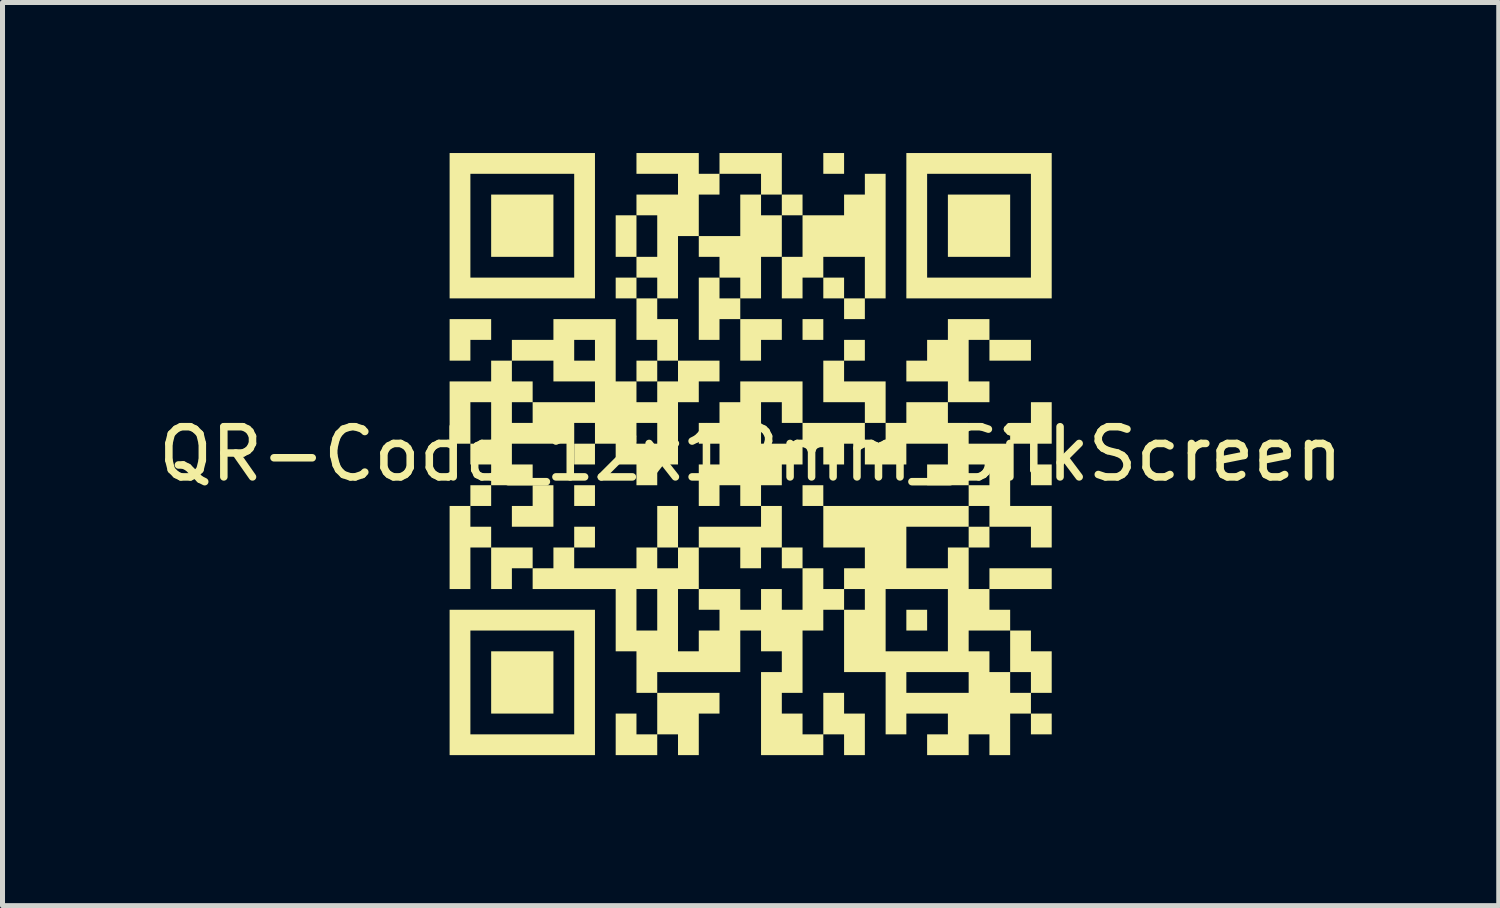
<source format=kicad_pcb>
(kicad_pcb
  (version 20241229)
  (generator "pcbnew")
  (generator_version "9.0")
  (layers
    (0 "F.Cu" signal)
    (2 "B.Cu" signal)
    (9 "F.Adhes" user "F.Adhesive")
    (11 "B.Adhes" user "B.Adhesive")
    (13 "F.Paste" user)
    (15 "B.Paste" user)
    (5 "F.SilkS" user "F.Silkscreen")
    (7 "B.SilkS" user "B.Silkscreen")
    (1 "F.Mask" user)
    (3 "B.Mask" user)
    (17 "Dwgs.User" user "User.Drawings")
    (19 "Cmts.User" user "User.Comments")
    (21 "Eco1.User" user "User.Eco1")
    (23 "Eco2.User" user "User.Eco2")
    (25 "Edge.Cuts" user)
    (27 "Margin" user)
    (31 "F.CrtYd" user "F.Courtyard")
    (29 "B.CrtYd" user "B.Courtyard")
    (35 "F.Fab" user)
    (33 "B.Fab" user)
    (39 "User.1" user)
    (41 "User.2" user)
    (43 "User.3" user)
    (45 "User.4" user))
  (footprint "QR-Code_12x12mm_SilkScreen"
    (layer "F.Cu")
    (at 11.911 6)
    (property "Reference" "QR-Code_12x12mm_SilkScreen" (at 0 0 0) (layer "F.SilkS") (effects (font (size 1 1) (thickness 0.15))))
    (attr exclude_from_pos_files exclude_from_bom)
    (fp_poly (pts (xy -5.172 1.034) (xy -5.586 1.034) (xy -5.586 0.621) (xy -5.172 0.621)) (stroke (width 0) (type solid)) (fill yes) (layer "F.SilkS"))
    (fp_poly (pts (xy -3.931 -3.931) (xy -5.172 -3.931) (xy -5.172 -5.172) (xy -3.931 -5.172)) (stroke (width 0) (type solid)) (fill yes) (layer "F.SilkS"))
    (fp_poly (pts (xy -3.931 5.172) (xy -5.172 5.172) (xy -5.172 3.931) (xy -3.931 3.931)) (stroke (width 0) (type solid)) (fill yes) (layer "F.SilkS"))
    (fp_poly (pts (xy -3.103 0.207) (xy -3.517 0.207) (xy -3.517 -0.207) (xy -3.103 -0.207)) (stroke (width 0) (type solid)) (fill yes) (layer "F.SilkS"))
    (fp_poly (pts (xy -3.103 1.034) (xy -3.517 1.034) (xy -3.517 0.621) (xy -3.103 0.621)) (stroke (width 0) (type solid)) (fill yes) (layer "F.SilkS"))
    (fp_poly (pts (xy -3.103 1.862) (xy -3.517 1.862) (xy -3.517 1.448) (xy -3.103 1.448)) (stroke (width 0) (type solid)) (fill yes) (layer "F.SilkS"))
    (fp_poly (pts (xy -2.276 -3.931) (xy -2.69 -3.931) (xy -2.69 -4.759) (xy -2.276 -4.759)) (stroke (width 0) (type solid)) (fill yes) (layer "F.SilkS"))
    (fp_poly (pts (xy -2.276 -3.103) (xy -2.69 -3.103) (xy -2.69 -3.517) (xy -2.276 -3.517)) (stroke (width 0) (type solid)) (fill yes) (layer "F.SilkS"))
    (fp_poly (pts (xy -1.862 -1.448) (xy -2.276 -1.448) (xy -2.276 -1.862) (xy -1.862 -1.862)) (stroke (width 0) (type solid)) (fill yes) (layer "F.SilkS"))
    (fp_poly (pts (xy -1.448 1.862) (xy -1.862 1.862) (xy -1.862 1.034) (xy -1.448 1.034)) (stroke (width 0) (type solid)) (fill yes) (layer "F.SilkS"))
    (fp_poly (pts (xy 1.034 -4.759) (xy 0.621 -4.759) (xy 0.621 -5.172) (xy 1.034 -5.172)) (stroke (width 0) (type solid)) (fill yes) (layer "F.SilkS"))
    (fp_poly (pts (xy 1.034 2.276) (xy 0.621 2.276) (xy 0.621 1.862) (xy 1.034 1.862)) (stroke (width 0) (type solid)) (fill yes) (layer "F.SilkS"))
    (fp_poly (pts (xy 1.448 -2.276) (xy 1.034 -2.276) (xy 1.034 -2.69) (xy 1.448 -2.69)) (stroke (width 0) (type solid)) (fill yes) (layer "F.SilkS"))
    (fp_poly (pts (xy 1.448 1.034) (xy 1.034 1.034) (xy 1.034 0.621) (xy 1.448 0.621)) (stroke (width 0) (type solid)) (fill yes) (layer "F.SilkS"))
    (fp_poly (pts (xy 1.862 -5.586) (xy 1.448 -5.586) (xy 1.448 -6) (xy 1.862 -6)) (stroke (width 0) (type solid)) (fill yes) (layer "F.SilkS"))
    (fp_poly (pts (xy 1.862 -3.103) (xy 1.448 -3.103) (xy 1.448 -3.517) (xy 1.862 -3.517)) (stroke (width 0) (type solid)) (fill yes) (layer "F.SilkS"))
    (fp_poly (pts (xy 2.276 -2.69) (xy 1.862 -2.69) (xy 1.862 -3.103) (xy 2.276 -3.103)) (stroke (width 0) (type solid)) (fill yes) (layer "F.SilkS"))
    (fp_poly (pts (xy 2.276 -1.862) (xy 1.862 -1.862) (xy 1.862 -2.276) (xy 2.276 -2.276)) (stroke (width 0) (type solid)) (fill yes) (layer "F.SilkS"))
    (fp_poly (pts (xy 3.517 3.517) (xy 3.103 3.517) (xy 3.103 3.103) (xy 3.517 3.103)) (stroke (width 0) (type solid)) (fill yes) (layer "F.SilkS"))
    (fp_poly (pts (xy 4.759 1.862) (xy 4.345 1.862) (xy 4.345 1.448) (xy 4.759 1.448)) (stroke (width 0) (type solid)) (fill yes) (layer "F.SilkS"))
    (fp_poly (pts (xy 5.172 -3.931) (xy 3.931 -3.931) (xy 3.931 -5.172) (xy 5.172 -5.172)) (stroke (width 0) (type solid)) (fill yes) (layer "F.SilkS"))
    (fp_poly (pts (xy 5.586 -1.862) (xy 4.759 -1.862) (xy 4.759 -2.276) (xy 5.586 -2.276)) (stroke (width 0) (type solid)) (fill yes) (layer "F.SilkS"))
    (fp_poly (pts (xy 6 0.621) (xy 5.586 0.621) (xy 5.586 0.207) (xy 6 0.207)) (stroke (width 0) (type solid)) (fill yes) (layer "F.SilkS"))
    (fp_poly (pts (xy 6 2.69) (xy 4.759 2.69) (xy 4.759 2.276) (xy 6 2.276)) (stroke (width 0) (type solid)) (fill yes) (layer "F.SilkS"))
    (fp_poly (pts (xy 6 5.586) (xy 5.586 5.586) (xy 5.586 5.172) (xy 6 5.172)) (stroke (width 0) (type solid)) (fill yes) (layer "F.SilkS"))
    (fp_poly (pts (xy -5.172 -2.276) (xy -5.586 -2.276) (xy -5.586 -1.862) (xy -6 -1.862) (xy -6 -2.69) (xy -5.172 -2.69)) (stroke (width 0) (type solid)) (fill yes) (layer "F.SilkS"))
    (fp_poly (pts (xy -4.345 2.276) (xy -4.759 2.276) (xy -4.759 2.69) (xy -5.172 2.69) (xy -5.172 1.862) (xy -4.345 1.862)) (stroke (width 0) (type solid)) (fill yes) (layer "F.SilkS"))
    (fp_poly (pts (xy -3.931 1.448) (xy -4.759 1.448) (xy -4.759 1.034) (xy -4.345 1.034) (xy -4.345 0.621) (xy -3.931 0.621)) (stroke (width 0) (type solid)) (fill yes) (layer "F.SilkS"))
    (fp_poly (pts (xy 0.621 -2.276) (xy 0.207 -2.276) (xy 0.207 -1.862) (xy -0.207 -1.862) (xy -0.207 -2.69) (xy 0.621 -2.69)) (stroke (width 0) (type solid)) (fill yes) (layer "F.SilkS"))
    (fp_poly (pts (xy 6 -0.207) (xy 5.172 -0.207) (xy 5.172 -0.621) (xy 5.586 -0.621) (xy 5.586 -1.034) (xy 6 -1.034)) (stroke (width 0) (type solid)) (fill yes) (layer "F.SilkS"))
    (fp_poly (pts (xy -5.586 1.448) (xy -5.172 1.448) (xy -5.172 1.862) (xy -5.586 1.862) (xy -5.586 2.69) (xy -6 2.69) (xy -6 1.034) (xy -5.586 1.034)) (stroke (width 0) (type solid)) (fill yes) (layer "F.SilkS"))
    (fp_poly (pts (xy -1.862 -2.69) (xy -1.448 -2.69) (xy -1.448 -1.862) (xy -1.862 -1.862) (xy -1.862 -2.276) (xy -2.276 -2.276) (xy -2.276 -3.103) (xy -1.862 -3.103)) (stroke (width 0) (type solid)) (fill yes) (layer "F.SilkS"))
    (fp_poly (pts (xy -0.621 -3.103) (xy -0.207 -3.103) (xy -0.207 -2.69) (xy -0.621 -2.69) (xy -0.621 -2.276) (xy -1.034 -2.276) (xy -1.034 -3.517) (xy -0.621 -3.517)) (stroke (width 0) (type solid)) (fill yes) (layer "F.SilkS"))
    (fp_poly (pts (xy 1.862 -1.448) (xy 2.69 -1.448) (xy 2.69 -0.621) (xy 2.276 -0.621) (xy 2.276 -1.034) (xy 1.448 -1.034) (xy 1.448 -1.862) (xy 1.862 -1.862)) (stroke (width 0) (type solid)) (fill yes) (layer "F.SilkS"))
    (fp_poly (pts (xy 0.621 1.862) (xy 0.207 1.862) (xy 0.207 2.276) (xy -0.207 2.276) (xy -0.207 1.862) (xy -1.034 1.862) (xy -1.034 1.448) (xy 0.207 1.448) (xy 0.207 1.034) (xy 0.621 1.034)) (stroke (width 0) (type solid)) (fill yes) (layer "F.SilkS"))
    (fp_poly (pts (xy -3.103 -3.103) (xy -6 -3.103) (xy -6 -5.586) (xy -5.586 -5.586) (xy -5.586 -3.517) (xy -3.517 -3.517) (xy -3.517 -5.586) (xy -5.586 -5.586) (xy -6 -5.586) (xy -6 -6) (xy -3.103 -6)) (stroke (width 0) (type solid)) (fill yes) (layer "F.SilkS"))
    (fp_poly (pts (xy -3.103 6) (xy -6 6) (xy -6 3.517) (xy -5.586 3.517) (xy -5.586 5.586) (xy -3.517 5.586) (xy -3.517 3.517) (xy -5.586 3.517) (xy -6 3.517) (xy -6 3.103) (xy -3.103 3.103)) (stroke (width 0) (type solid)) (fill yes) (layer "F.SilkS"))
    (fp_poly (pts (xy 6 -3.103) (xy 3.103 -3.103) (xy 3.103 -5.586) (xy 3.517 -5.586) (xy 3.517 -3.517) (xy 5.586 -3.517) (xy 5.586 -5.586) (xy 3.517 -5.586) (xy 3.103 -5.586) (xy 3.103 -6) (xy 6 -6)) (stroke (width 0) (type solid)) (fill yes) (layer "F.SilkS"))
    (fp_poly (pts (xy -0.621 5.172) (xy -1.034 5.172) (xy -1.034 6) (xy -1.448 6) (xy -1.448 5.586) (xy -1.862 5.586) (xy -1.862 6) (xy -2.69 6) (xy -2.69 5.172) (xy -2.276 5.172) (xy -2.276 5.586) (xy -1.862 5.586) (xy -1.862 4.759) (xy -0.621 4.759)) (stroke (width 0) (type solid)) (fill yes) (layer "F.SilkS"))
    (fp_poly (pts (xy 0.207 -4.759) (xy 0.621 -4.759) (xy 0.621 -3.931) (xy 0.207 -3.931) (xy 0.207 -3.103) (xy -0.207 -3.103) (xy -0.207 -3.517) (xy -0.621 -3.517) (xy -0.621 -3.931) (xy -1.034 -3.931) (xy -1.034 -4.345) (xy -0.207 -4.345) (xy -0.207 -5.172) (xy 0.207 -5.172)) (stroke (width 0) (type solid)) (fill yes) (layer "F.SilkS"))
    (fp_poly (pts (xy 4.759 -2.276) (xy 4.345 -2.276) (xy 4.345 -1.448) (xy 4.759 -1.448) (xy 4.759 -1.034) (xy 3.931 -1.034) (xy 3.931 -1.448) (xy 3.103 -1.448) (xy 3.103 -1.862) (xy 3.517 -1.862) (xy 3.517 -2.276) (xy 3.931 -2.276) (xy 3.931 -2.69) (xy 4.759 -2.69)) (stroke (width 0) (type solid)) (fill yes) (layer "F.SilkS"))
    (fp_poly (pts (xy 2.69 -3.103) (xy 2.276 -3.103) (xy 2.276 -3.931) (xy 1.448 -3.931) (xy 1.448 -3.517) (xy 1.034 -3.517) (xy 1.034 -3.103) (xy 0.621 -3.103) (xy 0.621 -3.931) (xy 1.034 -3.931) (xy 1.034 -4.759) (xy 1.862 -4.759) (xy 1.862 -5.172) (xy 2.276 -5.172) (xy 2.276 -5.586) (xy 2.69 -5.586)) (stroke (width 0) (type solid)) (fill yes) (layer "F.SilkS"))
    (fp_poly (pts (xy -1.034 -5.586) (xy -0.621 -5.586) (xy -0.621 -6) (xy 0.621 -6) (xy 0.621 -5.172) (xy 0.207 -5.172) (xy 0.207 -5.586) (xy -0.621 -5.586) (xy -0.621 -5.172) (xy -1.034 -5.172) (xy -1.034 -4.345) (xy -1.448 -4.345) (xy -1.448 -3.103) (xy -1.862 -3.103) (xy -1.862 -3.517) (xy -2.276 -3.517) (xy -2.276 -3.931) (xy -1.862 -3.931) (xy -1.862 -4.759) (xy -2.276 -4.759) (xy -2.276 -5.172) (xy -1.448 -5.172) (xy -1.448 -5.586) (xy -2.276 -5.586) (xy -2.276 -6) (xy -1.034 -6)) (stroke (width 0) (type solid)) (fill yes) (layer "F.SilkS"))
    (fp_poly (pts (xy 3.931 -0.621) (xy 4.345 -0.621) (xy 4.345 -0.207) (xy 5.172 -0.207) (xy 5.172 1.034) (xy 6 1.034) (xy 6 1.862) (xy 5.586 1.862) (xy 5.586 1.448) (xy 4.759 1.448) (xy 4.759 1.034) (xy 4.345 1.034) (xy 4.345 0.621) (xy 3.517 0.621) (xy 3.517 0.207) (xy 3.931 0.207) (xy 4.345 0.207) (xy 4.345 0.621) (xy 4.759 0.621) (xy 4.759 0.207) (xy 4.345 0.207) (xy 3.931 0.207) (xy 3.931 -0.207) (xy 3.103 -0.207) (xy 3.103 0.207) (xy 2.276 0.207) (xy 2.276 -0.207) (xy 2.69 -0.207) (xy 2.69 -0.621) (xy 3.103 -0.621) (xy 3.103 -1.034) (xy 3.931 -1.034)) (stroke (width 0) (type solid)) (fill yes) (layer "F.SilkS"))
    (fp_poly (pts (xy 1.034 -0.621) (xy 0.621 -0.621) (xy 0.621 -1.034) (xy 0.207 -1.034) (xy 0.207 -0.207) (xy 1.034 -0.207) (xy 1.034 -0.621) (xy 2.276 -0.621) (xy 2.276 -0.207) (xy 1.862 -0.207) (xy 1.862 0.207) (xy 1.448 0.207) (xy 1.448 -0.207) (xy 1.034 -0.207) (xy 1.034 0.207) (xy 0.621 0.207) (xy 0.621 0.621) (xy 0.207 0.621) (xy 0.207 1.034) (xy -0.207 1.034) (xy -0.207 0.621) (xy -0.621 0.621) (xy -0.621 1.034) (xy -1.034 1.034) (xy -1.034 0.207) (xy -0.621 0.207) (xy -0.621 -0.207) (xy -1.034 -0.207) (xy -1.034 -0.621) (xy -0.621 -0.621) (xy -0.621 -1.034) (xy -0.207 -1.034) (xy -0.207 -1.448) (xy 1.034 -1.448)) (stroke (width 0) (type solid)) (fill yes) (layer "F.SilkS"))
    (fp_poly (pts (xy -2.69 -1.448) (xy -2.276 -1.448) (xy -2.276 -1.034) (xy -1.862 -1.034) (xy -1.862 -1.448) (xy -1.448 -1.448) (xy -1.448 -1.862) (xy -0.621 -1.862) (xy -0.621 -1.448) (xy -1.034 -1.448) (xy -1.034 -1.034) (xy -1.448 -1.034) (xy -1.448 0.207) (xy -1.862 0.207) (xy -1.862 0.621) (xy -2.276 0.621) (xy -2.276 0.207) (xy -2.69 0.207) (xy -2.69 -0.207) (xy -3.103 -0.207) (xy -3.103 -0.621) (xy -2.276 -0.621) (xy -2.276 -0.207) (xy -1.862 -0.207) (xy -1.862 -0.621) (xy -2.276 -0.621) (xy -3.103 -0.621) (xy -3.517 -0.621) (xy -3.517 -0.207) (xy -4.759 -0.207) (xy -4.759 0.207) (xy -4.345 0.207) (xy -4.345 0.621) (xy -5.172 0.621) (xy -5.172 0.207) (xy -5.586 0.207) (xy -5.586 -0.207) (xy -6 -0.207) (xy -6 -1.034) (xy -5.586 -1.034) (xy -5.586 -0.207) (xy -5.172 -0.207) (xy -5.172 -1.034) (xy -4.759 -1.034) (xy -4.759 -0.621) (xy -4.345 -0.621) (xy -4.345 -1.034) (xy -4.759 -1.034) (xy -5.172 -1.034) (xy -5.586 -1.034) (xy -6 -1.034) (xy -6 -1.448) (xy -5.172 -1.448) (xy -5.172 -1.862) (xy -4.759 -1.862) (xy -4.759 -1.448) (xy -4.345 -1.448) (xy -4.345 -1.034) (xy -3.103 -1.034) (xy -3.103 -1.448) (xy -3.931 -1.448) (xy -3.931 -1.862) (xy -4.759 -1.862) (xy -4.759 -2.276) (xy -3.931 -2.276) (xy -3.517 -2.276) (xy -3.517 -1.862) (xy -3.103 -1.862) (xy -3.103 -2.276) (xy -3.517 -2.276) (xy -3.931 -2.276) (xy -3.931 -2.69) (xy -2.69 -2.69)) (stroke (width 0) (type solid)) (fill yes) (layer "F.SilkS"))
    (fp_poly (pts (xy 4.345 1.448) (xy 3.103 1.448) (xy 3.103 2.276) (xy 3.931 2.276) (xy 3.931 1.862) (xy 4.345 1.862) (xy 4.345 2.69) (xy 4.759 2.69) (xy 4.759 3.103) (xy 5.172 3.103) (xy 5.172 3.517) (xy 4.345 3.517) (xy 4.345 3.931) (xy 4.759 3.931) (xy 4.759 4.345) (xy 5.172 4.345) (xy 5.172 3.517) (xy 5.586 3.517) (xy 5.586 3.931) (xy 6 3.931) (xy 6 4.759) (xy 5.586 4.759) (xy 5.586 4.345) (xy 5.172 4.345) (xy 5.172 4.759) (xy 5.586 4.759) (xy 5.586 5.172) (xy 5.172 5.172) (xy 5.172 6) (xy 4.759 6) (xy 4.759 5.586) (xy 4.345 5.586) (xy 4.345 6) (xy 3.517 6) (xy 3.517 5.586) (xy 3.931 5.586) (xy 3.931 5.172) (xy 3.103 5.172) (xy 3.103 5.586) (xy 2.69 5.586) (xy 2.69 4.345) (xy 3.103 4.345) (xy 3.103 4.759) (xy 4.345 4.759) (xy 4.345 4.345) (xy 3.103 4.345) (xy 2.69 4.345) (xy 1.862 4.345) (xy 1.862 3.103) (xy 2.276 3.103) (xy 2.276 2.69) (xy 2.69 2.69) (xy 2.69 3.931) (xy 3.931 3.931) (xy 3.931 2.69) (xy 2.69 2.69) (xy 2.276 2.69) (xy 1.862 2.69) (xy 1.862 3.103) (xy 1.448 3.103) (xy 1.448 3.517) (xy 1.034 3.517) (xy 1.034 4.759) (xy 0.621 4.759) (xy 0.621 5.172) (xy 1.034 5.172) (xy 1.034 5.586) (xy 1.448 5.586) (xy 1.448 4.759) (xy 1.862 4.759) (xy 1.862 5.172) (xy 2.276 5.172) (xy 2.276 6) (xy 1.862 6) (xy 1.862 5.586) (xy 1.448 5.586) (xy 1.448 6) (xy 0.207 6) (xy 0.207 4.345) (xy 0.621 4.345) (xy 0.621 3.931) (xy 0.207 3.931) (xy 0.207 3.517) (xy -0.207 3.517) (xy -0.207 4.345) (xy -1.862 4.345) (xy -1.862 4.759) (xy -2.276 4.759) (xy -2.276 3.931) (xy -2.69 3.931) (xy -2.69 2.69) (xy -2.276 2.69) (xy -2.276 3.517) (xy -1.862 3.517) (xy -1.862 2.69) (xy -2.276 2.69) (xy -2.69 2.69) (xy -4.345 2.69) (xy -4.345 2.276) (xy -3.931 2.276) (xy -3.931 1.862) (xy -3.517 1.862) (xy -3.517 2.276) (xy -2.276 2.276) (xy -2.276 1.862) (xy -1.862 1.862) (xy -1.862 2.276) (xy -1.448 2.276) (xy -1.448 1.862) (xy -1.034 1.862) (xy -1.034 2.69) (xy -1.448 2.69) (xy -1.448 3.931) (xy -1.034 3.931) (xy -1.034 3.517) (xy -0.621 3.517) (xy -0.621 3.103) (xy -1.034 3.103) (xy -1.034 2.69) (xy -0.207 2.69) (xy -0.207 3.103) (xy 0.207 3.103) (xy 0.207 2.69) (xy 0.621 2.69) (xy 0.621 3.103) (xy 1.034 3.103) (xy 1.034 2.276) (xy 1.448 2.276) (xy 1.448 2.69) (xy 1.862 2.69) (xy 1.862 2.276) (xy 2.276 2.276) (xy 2.276 1.862) (xy 1.448 1.862) (xy 1.448 1.034) (xy 4.345 1.034)) (stroke (width 0) (type solid)) (fill yes) (layer "F.SilkS")))
  (gr_rect
    (start -3 -3)
    (end 26.821 15)
    (stroke (width 0.1) (type default))
    (fill no)
    (layer "Edge.Cuts")))
</source>
